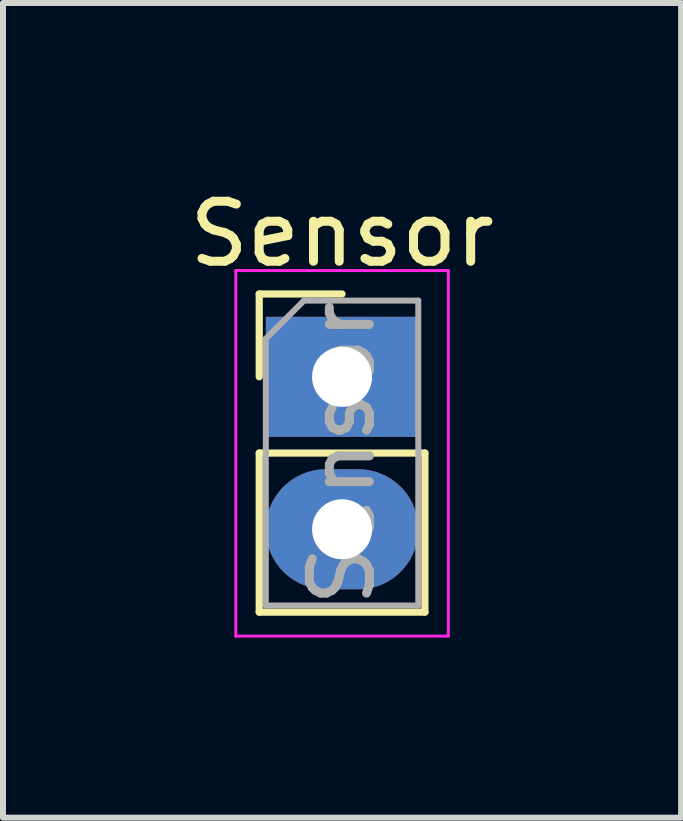
<source format=kicad_pcb>
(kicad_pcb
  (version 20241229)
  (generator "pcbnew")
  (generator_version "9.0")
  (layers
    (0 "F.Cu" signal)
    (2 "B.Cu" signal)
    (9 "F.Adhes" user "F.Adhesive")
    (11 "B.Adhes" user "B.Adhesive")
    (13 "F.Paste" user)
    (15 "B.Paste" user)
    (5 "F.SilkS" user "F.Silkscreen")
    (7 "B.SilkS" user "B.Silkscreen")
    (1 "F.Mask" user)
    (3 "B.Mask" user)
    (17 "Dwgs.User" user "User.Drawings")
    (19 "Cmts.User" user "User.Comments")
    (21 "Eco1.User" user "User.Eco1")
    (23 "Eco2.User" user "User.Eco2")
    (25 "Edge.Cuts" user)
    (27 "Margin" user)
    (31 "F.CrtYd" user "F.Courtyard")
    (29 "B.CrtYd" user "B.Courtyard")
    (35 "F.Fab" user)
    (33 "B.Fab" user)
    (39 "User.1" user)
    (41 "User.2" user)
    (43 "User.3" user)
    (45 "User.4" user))
  (footprint "Sensor"
    (layer "F.Cu")
    (at 2.649 3.228)
    (property "Reference" "Sensor" (at 0 -2.38 0) (layer "F.SilkS") (effects (font (size 1 1) (thickness 0.15))))
    (attr through_hole)
    (fp_line (start -1.38 -1.38) (end 0 -1.38) (stroke (width 0.12) (type solid)) (layer "F.SilkS"))
    (fp_line (start -1.38 0) (end -1.38 -1.38) (stroke (width 0.12) (type solid)) (layer "F.SilkS"))
    (fp_line (start -1.38 1.27) (end -1.38 3.92) (stroke (width 0.12) (type solid)) (layer "F.SilkS"))
    (fp_line (start -1.38 1.27) (end 1.38 1.27) (stroke (width 0.12) (type solid)) (layer "F.SilkS"))
    (fp_line (start -1.38 3.92) (end 1.38 3.92) (stroke (width 0.12) (type solid)) (layer "F.SilkS"))
    (fp_line (start 1.38 1.27) (end 1.38 3.92) (stroke (width 0.12) (type solid)) (layer "F.SilkS"))
    (fp_line (start -1.77 -1.77) (end -1.77 4.32) (stroke (width 0.05) (type solid)) (layer "F.CrtYd"))
    (fp_line (start -1.77 4.32) (end 1.77 4.32) (stroke (width 0.05) (type solid)) (layer "F.CrtYd"))
    (fp_line (start 1.77 -1.77) (end -1.77 -1.77) (stroke (width 0.05) (type solid)) (layer "F.CrtYd"))
    (fp_line (start 1.77 4.32) (end 1.77 -1.77) (stroke (width 0.05) (type solid)) (layer "F.CrtYd"))
    (fp_line (start -1.27 -0.635) (end -0.635 -1.27) (stroke (width 0.1) (type solid)) (layer "F.Fab"))
    (fp_line (start -1.27 3.81) (end -1.27 -0.635) (stroke (width 0.1) (type solid)) (layer "F.Fab"))
    (fp_line (start -0.635 -1.27) (end 1.27 -1.27) (stroke (width 0.1) (type solid)) (layer "F.Fab"))
    (fp_line (start 1.27 -1.27) (end 1.27 3.81) (stroke (width 0.1) (type solid)) (layer "F.Fab"))
    (fp_line (start 1.27 3.81) (end -1.27 3.81) (stroke (width 0.1) (type solid)) (layer "F.Fab"))
    (fp_text user "${REFERENCE}" (at 0 1.27 90) (layer "F.Fab") (effects (font (size 1 1) (thickness 0.15))))
    (pad "1" thru_hole rect (at 0 0) (size 2.54 2) (drill 1) (layers "*.Cu" "*.Mask"))
    (pad "2" thru_hole oval (at 0 2.54) (size 2.54 2) (drill 1) (layers "*.Cu" "*.Mask")))
  (gr_rect
    (start -3 -3)
    (end 8.298 10.573)
    (stroke (width 0.1) (type default))
    (fill no)
    (layer "Edge.Cuts")))
</source>
